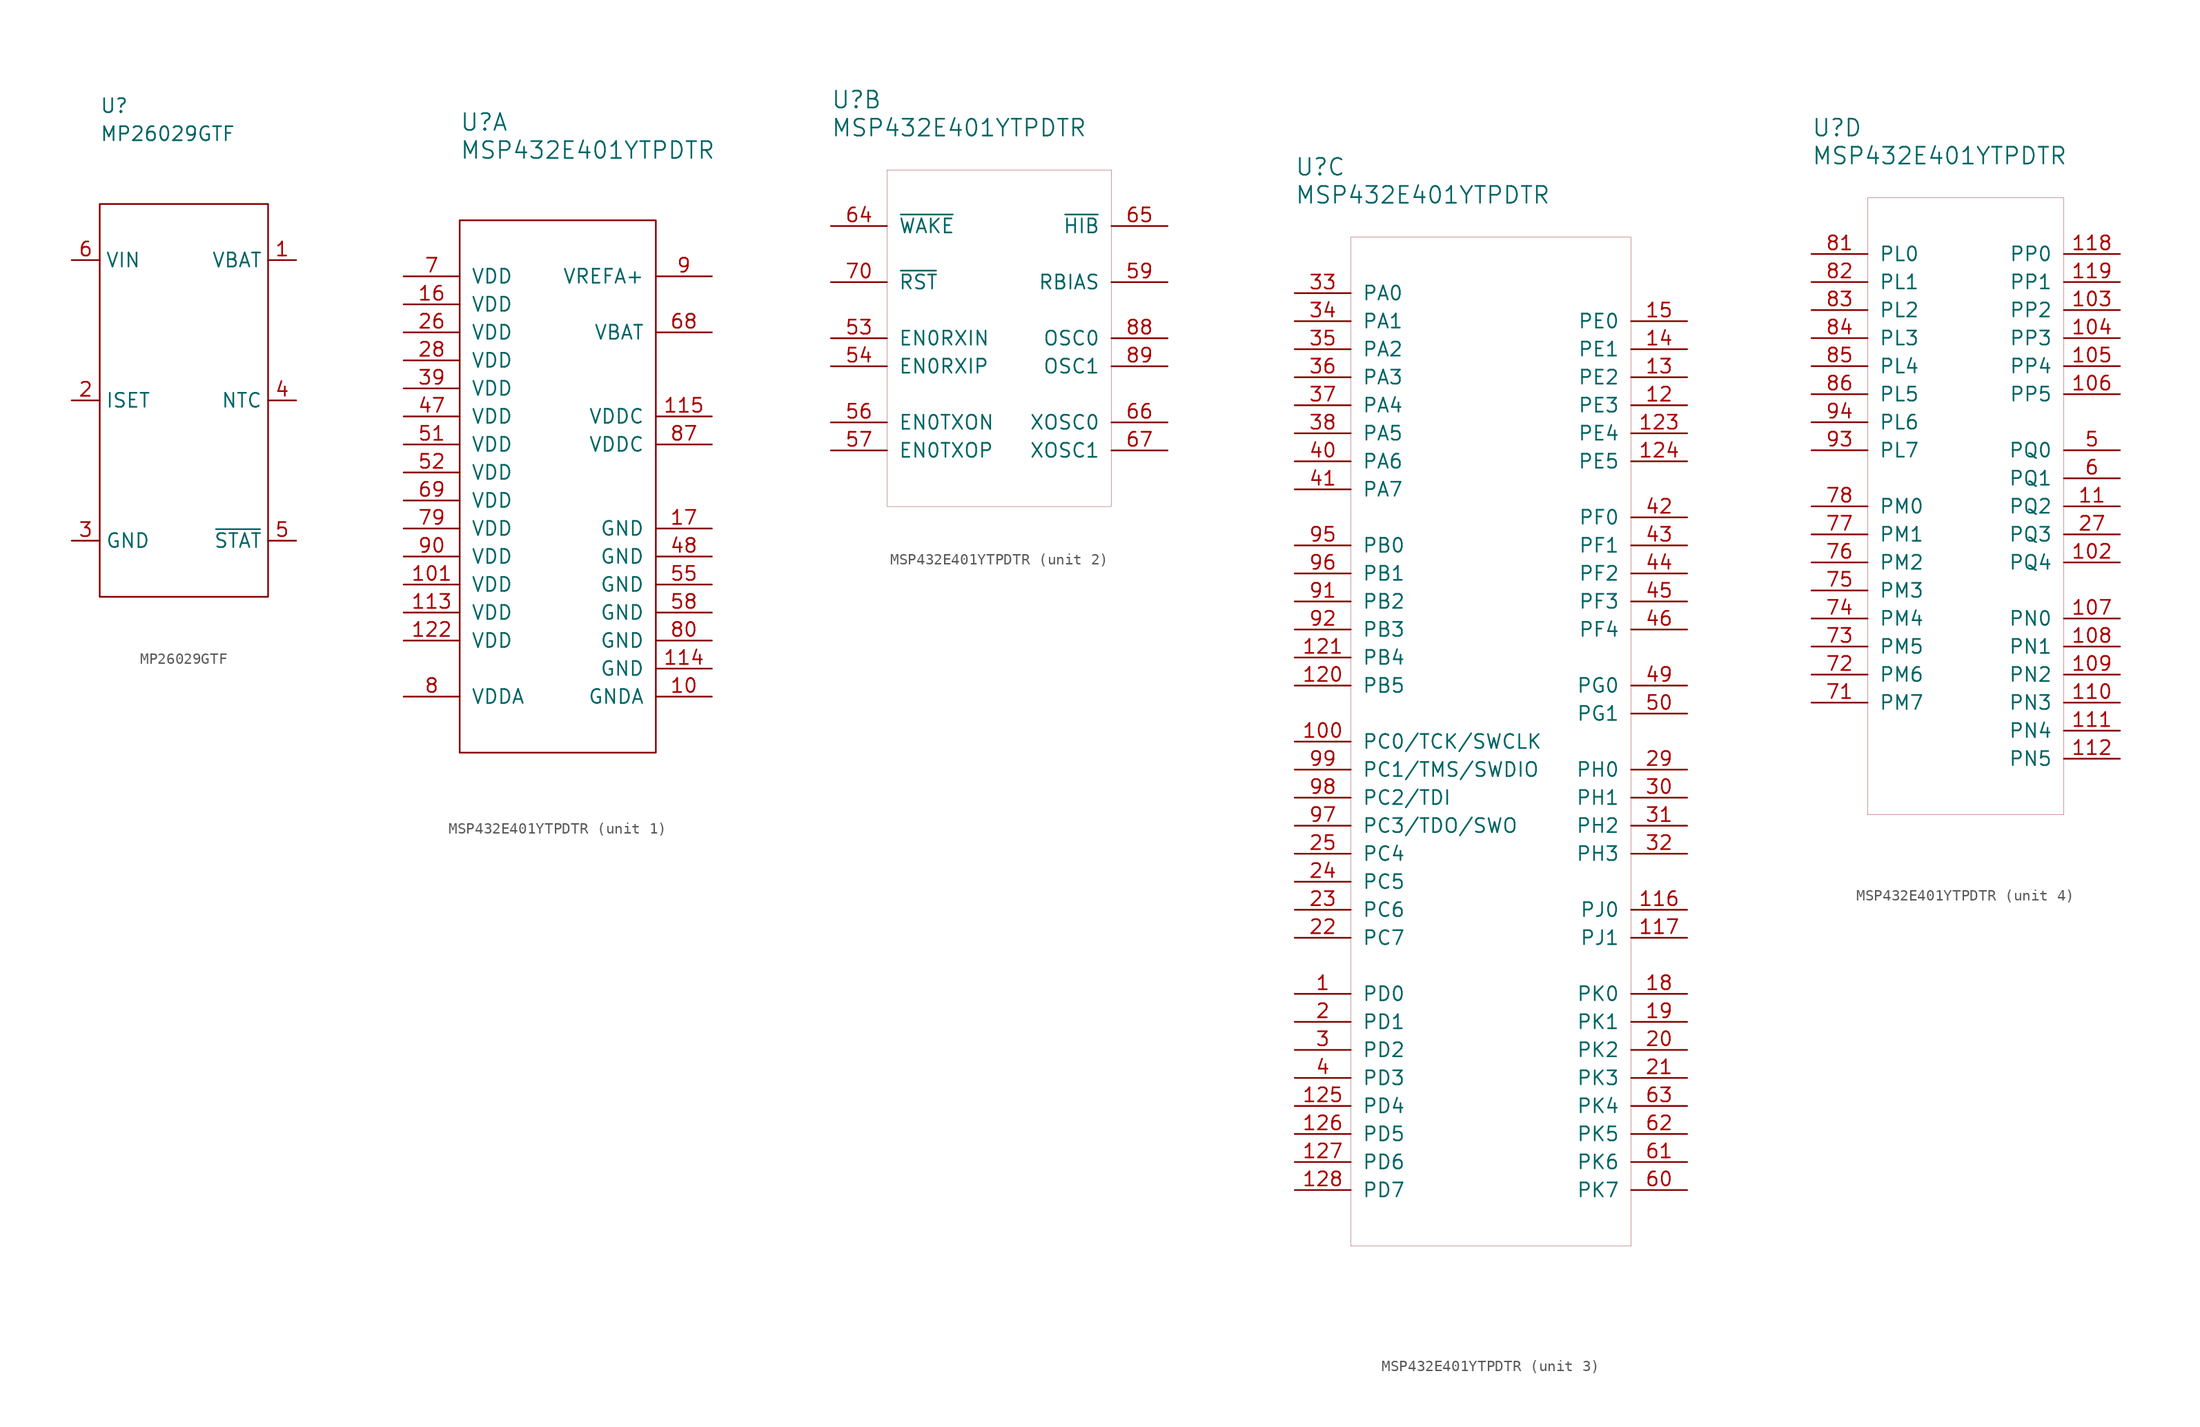
<source format=kicad_sym>
(kicad_symbol_lib
  (version 20211014)
  (generator kicad_symbol_editor)
  (symbol "MP26029GTF"
    (property "Reference" "U"
      (at 0 8.89 0)
      (effects (font (size 1.27 1.27)) (justify left)))
    (property "Value" "MP26029GTF"
      (at 0 6.35 0)
      (effects (font (size 1.27 1.27)) (justify left)))
    (symbol "MP26029GTF_0_1"
      (rectangle (start 0 0) (end 15.24 -35.56) (stroke (width 0.152) (type default) (color 0 0 0 0)) (fill (type none))))
    (symbol "MP26029GTF_1_1"
      (pin passive line (at 17.78 -5.08 180) (length 2.54) (name "VBAT" (effects (font (size 1.27 1.27)))) (number "1" (effects (font (size 1.27 1.27)))))
      (pin passive line (at -2.54 -17.78 0) (length 2.54) (name "ISET" (effects (font (size 1.27 1.27)))) (number "2" (effects (font (size 1.27 1.27)))))
      (pin passive line (at -2.54 -30.48 0) (length 2.54) (name "GND" (effects (font (size 1.27 1.27)))) (number "3" (effects (font (size 1.27 1.27)))))
      (pin passive line (at 17.78 -17.78 180) (length 2.54) (name "NTC" (effects (font (size 1.27 1.27)))) (number "4" (effects (font (size 1.27 1.27)))))
      (pin passive line (at 17.78 -30.48 180) (length 2.54) (name "~{STAT}" (effects (font (size 1.27 1.27)))) (number "5" (effects (font (size 1.27 1.27)))))
      (pin passive line (at -2.54 -5.08 0) (length 2.54) (name "VIN" (effects (font (size 1.27 1.27)))) (number "6" (effects (font (size 1.27 1.27)))))))
  (symbol "MSP432E401YTPDTR"
    (pin_names
      (offset 1.016))
    (property "Reference" "U"
      (at 0 8.89 0)
      (effects (font (size 1.524 1.524)) (justify left)))
    (property "Value" "MSP432E401YTPDTR"
      (at 0 6.35 0)
      (effects (font (size 1.524 1.524)) (justify left)))
    (property "ki_locked" ""
      (at 0 0 0)
      (effects (font (size 1.27 1.27))))
    (symbol "MSP432E401YTPDTR_1_1"
      (rectangle (start 0 0) (end 17.78 -48.26) (stroke (width 0.152) (type default) (color 0 0 0 0)) (fill (type none)))
      (pin passive line (at 22.86 -43.18 180) (length 5.08) (name "GNDA" (effects (font (size 1.27 1.27)))) (number "10" (effects (font (size 1.27 1.27)))))
      (pin passive line (at -5.08 -33.02 0) (length 5.08) (name "VDD" (effects (font (size 1.27 1.27)))) (number "101" (effects (font (size 1.27 1.27)))))
      (pin passive line (at -5.08 -35.56 0) (length 5.08) (name "VDD" (effects (font (size 1.27 1.27)))) (number "113" (effects (font (size 1.27 1.27)))))
      (pin passive line (at 22.86 -40.64 180) (length 5.08) (name "GND" (effects (font (size 1.27 1.27)))) (number "114" (effects (font (size 1.27 1.27)))))
      (pin passive line (at 22.86 -17.78 180) (length 5.08) (name "VDDC" (effects (font (size 1.27 1.27)))) (number "115" (effects (font (size 1.27 1.27)))))
      (pin passive line (at -5.08 -38.1 0) (length 5.08) (name "VDD" (effects (font (size 1.27 1.27)))) (number "122" (effects (font (size 1.27 1.27)))))
      (pin passive line (at -5.08 -7.62 0) (length 5.08) (name "VDD" (effects (font (size 1.27 1.27)))) (number "16" (effects (font (size 1.27 1.27)))))
      (pin passive line (at 22.86 -27.94 180) (length 5.08) (name "GND" (effects (font (size 1.27 1.27)))) (number "17" (effects (font (size 1.27 1.27)))))
      (pin passive line (at -5.08 -10.16 0) (length 5.08) (name "VDD" (effects (font (size 1.27 1.27)))) (number "26" (effects (font (size 1.27 1.27)))))
      (pin passive line (at -5.08 -12.7 0) (length 5.08) (name "VDD" (effects (font (size 1.27 1.27)))) (number "28" (effects (font (size 1.27 1.27)))))
      (pin passive line (at -5.08 -15.24 0) (length 5.08) (name "VDD" (effects (font (size 1.27 1.27)))) (number "39" (effects (font (size 1.27 1.27)))))
      (pin passive line (at -5.08 -17.78 0) (length 5.08) (name "VDD" (effects (font (size 1.27 1.27)))) (number "47" (effects (font (size 1.27 1.27)))))
      (pin passive line (at 22.86 -30.48 180) (length 5.08) (name "GND" (effects (font (size 1.27 1.27)))) (number "48" (effects (font (size 1.27 1.27)))))
      (pin passive line (at -5.08 -20.32 0) (length 5.08) (name "VDD" (effects (font (size 1.27 1.27)))) (number "51" (effects (font (size 1.27 1.27)))))
      (pin passive line (at -5.08 -22.86 0) (length 5.08) (name "VDD" (effects (font (size 1.27 1.27)))) (number "52" (effects (font (size 1.27 1.27)))))
      (pin passive line (at 22.86 -33.02 180) (length 5.08) (name "GND" (effects (font (size 1.27 1.27)))) (number "55" (effects (font (size 1.27 1.27)))))
      (pin passive line (at 22.86 -35.56 180) (length 5.08) (name "GND" (effects (font (size 1.27 1.27)))) (number "58" (effects (font (size 1.27 1.27)))))
      (pin passive line (at 22.86 -10.16 180) (length 5.08) (name "VBAT" (effects (font (size 1.27 1.27)))) (number "68" (effects (font (size 1.27 1.27)))))
      (pin passive line (at -5.08 -25.4 0) (length 5.08) (name "VDD" (effects (font (size 1.27 1.27)))) (number "69" (effects (font (size 1.27 1.27)))))
      (pin passive line (at -5.08 -5.08 0) (length 5.08) (name "VDD" (effects (font (size 1.27 1.27)))) (number "7" (effects (font (size 1.27 1.27)))))
      (pin passive line (at -5.08 -27.94 0) (length 5.08) (name "VDD" (effects (font (size 1.27 1.27)))) (number "79" (effects (font (size 1.27 1.27)))))
      (pin passive line (at -5.08 -43.18 0) (length 5.08) (name "VDDA" (effects (font (size 1.27 1.27)))) (number "8" (effects (font (size 1.27 1.27)))))
      (pin passive line (at 22.86 -38.1 180) (length 5.08) (name "GND" (effects (font (size 1.27 1.27)))) (number "80" (effects (font (size 1.27 1.27)))))
      (pin passive line (at 22.86 -20.32 180) (length 5.08) (name "VDDC" (effects (font (size 1.27 1.27)))) (number "87" (effects (font (size 1.27 1.27)))))
      (pin passive line (at 22.86 -5.08 180) (length 5.08) (name "VREFA+" (effects (font (size 1.27 1.27)))) (number "9" (effects (font (size 1.27 1.27)))))
      (pin passive line (at -5.08 -30.48 0) (length 5.08) (name "VDD" (effects (font (size 1.27 1.27)))) (number "90" (effects (font (size 1.27 1.27))))))
    (symbol "MSP432E401YTPDTR_2_1"
      (rectangle (start 5.08 2.54) (end 25.4 -27.94) (stroke (width 0.025) (type default) (color 0 0 0 0)) (fill (type none)))
      (pin passive line (at 0 -12.7 0) (length 5.08) (name "EN0RXIN" (effects (font (size 1.27 1.27)))) (number "53" (effects (font (size 1.27 1.27)))))
      (pin passive line (at 0 -15.24 0) (length 5.08) (name "EN0RXIP" (effects (font (size 1.27 1.27)))) (number "54" (effects (font (size 1.27 1.27)))))
      (pin passive line (at 0 -20.32 0) (length 5.08) (name "EN0TXON" (effects (font (size 1.27 1.27)))) (number "56" (effects (font (size 1.27 1.27)))))
      (pin passive line (at 0 -22.86 0) (length 5.08) (name "EN0TXOP" (effects (font (size 1.27 1.27)))) (number "57" (effects (font (size 1.27 1.27)))))
      (pin passive line (at 30.48 -7.62 180) (length 5.08) (name "RBIAS" (effects (font (size 1.27 1.27)))) (number "59" (effects (font (size 1.27 1.27)))))
      (pin passive line (at 0 -2.54 0) (length 5.08) (name "~{WAKE}" (effects (font (size 1.27 1.27)))) (number "64" (effects (font (size 1.27 1.27)))))
      (pin passive line (at 30.48 -2.54 180) (length 5.08) (name "~{HIB}" (effects (font (size 1.27 1.27)))) (number "65" (effects (font (size 1.27 1.27)))))
      (pin passive line (at 30.48 -20.32 180) (length 5.08) (name "XOSC0" (effects (font (size 1.27 1.27)))) (number "66" (effects (font (size 1.27 1.27)))))
      (pin passive line (at 30.48 -22.86 180) (length 5.08) (name "XOSC1" (effects (font (size 1.27 1.27)))) (number "67" (effects (font (size 1.27 1.27)))))
      (pin passive line (at 0 -7.62 0) (length 5.08) (name "~{RST}" (effects (font (size 1.27 1.27)))) (number "70" (effects (font (size 1.27 1.27)))))
      (pin passive line (at 30.48 -12.7 180) (length 5.08) (name "OSC0" (effects (font (size 1.27 1.27)))) (number "88" (effects (font (size 1.27 1.27)))))
      (pin passive line (at 30.48 -15.24 180) (length 5.08) (name "OSC1" (effects (font (size 1.27 1.27)))) (number "89" (effects (font (size 1.27 1.27))))))
    (symbol "MSP432E401YTPDTR_3_1"
      (rectangle (start 5.08 2.54) (end 30.48 -88.9) (stroke (width 0.025) (type default) (color 0 0 0 0)) (fill (type none)))
      (pin passive line (at 0 -66.04 0) (length 5.08) (name "PD0" (effects (font (size 1.27 1.27)))) (number "1" (effects (font (size 1.27 1.27)))))
      (pin passive line (at 0 -43.18 0) (length 5.08) (name "PC0/TCK/SWCLK" (effects (font (size 1.27 1.27)))) (number "100" (effects (font (size 1.27 1.27)))))
      (pin passive line (at 35.56 -58.42 180) (length 5.08) (name "PJ0" (effects (font (size 1.27 1.27)))) (number "116" (effects (font (size 1.27 1.27)))))
      (pin passive line (at 35.56 -60.96 180) (length 5.08) (name "PJ1" (effects (font (size 1.27 1.27)))) (number "117" (effects (font (size 1.27 1.27)))))
      (pin passive line (at 35.56 -12.7 180) (length 5.08) (name "PE3" (effects (font (size 1.27 1.27)))) (number "12" (effects (font (size 1.27 1.27)))))
      (pin passive line (at 0 -38.1 0) (length 5.08) (name "PB5" (effects (font (size 1.27 1.27)))) (number "120" (effects (font (size 1.27 1.27)))))
      (pin passive line (at 0 -35.56 0) (length 5.08) (name "PB4" (effects (font (size 1.27 1.27)))) (number "121" (effects (font (size 1.27 1.27)))))
      (pin passive line (at 35.56 -15.24 180) (length 5.08) (name "PE4" (effects (font (size 1.27 1.27)))) (number "123" (effects (font (size 1.27 1.27)))))
      (pin passive line (at 35.56 -17.78 180) (length 5.08) (name "PE5" (effects (font (size 1.27 1.27)))) (number "124" (effects (font (size 1.27 1.27)))))
      (pin passive line (at 0 -76.2 0) (length 5.08) (name "PD4" (effects (font (size 1.27 1.27)))) (number "125" (effects (font (size 1.27 1.27)))))
      (pin passive line (at 0 -78.74 0) (length 5.08) (name "PD5" (effects (font (size 1.27 1.27)))) (number "126" (effects (font (size 1.27 1.27)))))
      (pin passive line (at 0 -81.28 0) (length 5.08) (name "PD6" (effects (font (size 1.27 1.27)))) (number "127" (effects (font (size 1.27 1.27)))))
      (pin passive line (at 0 -83.82 0) (length 5.08) (name "PD7" (effects (font (size 1.27 1.27)))) (number "128" (effects (font (size 1.27 1.27)))))
      (pin passive line (at 35.56 -10.16 180) (length 5.08) (name "PE2" (effects (font (size 1.27 1.27)))) (number "13" (effects (font (size 1.27 1.27)))))
      (pin passive line (at 35.56 -7.62 180) (length 5.08) (name "PE1" (effects (font (size 1.27 1.27)))) (number "14" (effects (font (size 1.27 1.27)))))
      (pin passive line (at 35.56 -5.08 180) (length 5.08) (name "PE0" (effects (font (size 1.27 1.27)))) (number "15" (effects (font (size 1.27 1.27)))))
      (pin passive line (at 35.56 -66.04 180) (length 5.08) (name "PK0" (effects (font (size 1.27 1.27)))) (number "18" (effects (font (size 1.27 1.27)))))
      (pin passive line (at 35.56 -68.58 180) (length 5.08) (name "PK1" (effects (font (size 1.27 1.27)))) (number "19" (effects (font (size 1.27 1.27)))))
      (pin passive line (at 0 -68.58 0) (length 5.08) (name "PD1" (effects (font (size 1.27 1.27)))) (number "2" (effects (font (size 1.27 1.27)))))
      (pin passive line (at 35.56 -71.12 180) (length 5.08) (name "PK2" (effects (font (size 1.27 1.27)))) (number "20" (effects (font (size 1.27 1.27)))))
      (pin passive line (at 35.56 -73.66 180) (length 5.08) (name "PK3" (effects (font (size 1.27 1.27)))) (number "21" (effects (font (size 1.27 1.27)))))
      (pin passive line (at 0 -60.96 0) (length 5.08) (name "PC7" (effects (font (size 1.27 1.27)))) (number "22" (effects (font (size 1.27 1.27)))))
      (pin passive line (at 0 -58.42 0) (length 5.08) (name "PC6" (effects (font (size 1.27 1.27)))) (number "23" (effects (font (size 1.27 1.27)))))
      (pin passive line (at 0 -55.88 0) (length 5.08) (name "PC5" (effects (font (size 1.27 1.27)))) (number "24" (effects (font (size 1.27 1.27)))))
      (pin passive line (at 0 -53.34 0) (length 5.08) (name "PC4" (effects (font (size 1.27 1.27)))) (number "25" (effects (font (size 1.27 1.27)))))
      (pin passive line (at 35.56 -45.72 180) (length 5.08) (name "PH0" (effects (font (size 1.27 1.27)))) (number "29" (effects (font (size 1.27 1.27)))))
      (pin passive line (at 0 -71.12 0) (length 5.08) (name "PD2" (effects (font (size 1.27 1.27)))) (number "3" (effects (font (size 1.27 1.27)))))
      (pin passive line (at 35.56 -48.26 180) (length 5.08) (name "PH1" (effects (font (size 1.27 1.27)))) (number "30" (effects (font (size 1.27 1.27)))))
      (pin passive line (at 35.56 -50.8 180) (length 5.08) (name "PH2" (effects (font (size 1.27 1.27)))) (number "31" (effects (font (size 1.27 1.27)))))
      (pin passive line (at 35.56 -53.34 180) (length 5.08) (name "PH3" (effects (font (size 1.27 1.27)))) (number "32" (effects (font (size 1.27 1.27)))))
      (pin passive line (at 0 -2.54 0) (length 5.08) (name "PA0" (effects (font (size 1.27 1.27)))) (number "33" (effects (font (size 1.27 1.27)))))
      (pin passive line (at 0 -5.08 0) (length 5.08) (name "PA1" (effects (font (size 1.27 1.27)))) (number "34" (effects (font (size 1.27 1.27)))))
      (pin passive line (at 0 -7.62 0) (length 5.08) (name "PA2" (effects (font (size 1.27 1.27)))) (number "35" (effects (font (size 1.27 1.27)))))
      (pin passive line (at 0 -10.16 0) (length 5.08) (name "PA3" (effects (font (size 1.27 1.27)))) (number "36" (effects (font (size 1.27 1.27)))))
      (pin passive line (at 0 -12.7 0) (length 5.08) (name "PA4" (effects (font (size 1.27 1.27)))) (number "37" (effects (font (size 1.27 1.27)))))
      (pin passive line (at 0 -15.24 0) (length 5.08) (name "PA5" (effects (font (size 1.27 1.27)))) (number "38" (effects (font (size 1.27 1.27)))))
      (pin passive line (at 0 -73.66 0) (length 5.08) (name "PD3" (effects (font (size 1.27 1.27)))) (number "4" (effects (font (size 1.27 1.27)))))
      (pin passive line (at 0 -17.78 0) (length 5.08) (name "PA6" (effects (font (size 1.27 1.27)))) (number "40" (effects (font (size 1.27 1.27)))))
      (pin passive line (at 0 -20.32 0) (length 5.08) (name "PA7" (effects (font (size 1.27 1.27)))) (number "41" (effects (font (size 1.27 1.27)))))
      (pin passive line (at 35.56 -22.86 180) (length 5.08) (name "PF0" (effects (font (size 1.27 1.27)))) (number "42" (effects (font (size 1.27 1.27)))))
      (pin passive line (at 35.56 -25.4 180) (length 5.08) (name "PF1" (effects (font (size 1.27 1.27)))) (number "43" (effects (font (size 1.27 1.27)))))
      (pin passive line (at 35.56 -27.94 180) (length 5.08) (name "PF2" (effects (font (size 1.27 1.27)))) (number "44" (effects (font (size 1.27 1.27)))))
      (pin passive line (at 35.56 -30.48 180) (length 5.08) (name "PF3" (effects (font (size 1.27 1.27)))) (number "45" (effects (font (size 1.27 1.27)))))
      (pin passive line (at 35.56 -33.02 180) (length 5.08) (name "PF4" (effects (font (size 1.27 1.27)))) (number "46" (effects (font (size 1.27 1.27)))))
      (pin passive line (at 35.56 -38.1 180) (length 5.08) (name "PG0" (effects (font (size 1.27 1.27)))) (number "49" (effects (font (size 1.27 1.27)))))
      (pin passive line (at 35.56 -40.64 180) (length 5.08) (name "PG1" (effects (font (size 1.27 1.27)))) (number "50" (effects (font (size 1.27 1.27)))))
      (pin passive line (at 35.56 -83.82 180) (length 5.08) (name "PK7" (effects (font (size 1.27 1.27)))) (number "60" (effects (font (size 1.27 1.27)))))
      (pin passive line (at 35.56 -81.28 180) (length 5.08) (name "PK6" (effects (font (size 1.27 1.27)))) (number "61" (effects (font (size 1.27 1.27)))))
      (pin passive line (at 35.56 -78.74 180) (length 5.08) (name "PK5" (effects (font (size 1.27 1.27)))) (number "62" (effects (font (size 1.27 1.27)))))
      (pin passive line (at 35.56 -76.2 180) (length 5.08) (name "PK4" (effects (font (size 1.27 1.27)))) (number "63" (effects (font (size 1.27 1.27)))))
      (pin passive line (at 0 -30.48 0) (length 5.08) (name "PB2" (effects (font (size 1.27 1.27)))) (number "91" (effects (font (size 1.27 1.27)))))
      (pin passive line (at 0 -33.02 0) (length 5.08) (name "PB3" (effects (font (size 1.27 1.27)))) (number "92" (effects (font (size 1.27 1.27)))))
      (pin passive line (at 0 -25.4 0) (length 5.08) (name "PB0" (effects (font (size 1.27 1.27)))) (number "95" (effects (font (size 1.27 1.27)))))
      (pin passive line (at 0 -27.94 0) (length 5.08) (name "PB1" (effects (font (size 1.27 1.27)))) (number "96" (effects (font (size 1.27 1.27)))))
      (pin passive line (at 0 -50.8 0) (length 5.08) (name "PC3/TDO/SWO" (effects (font (size 1.27 1.27)))) (number "97" (effects (font (size 1.27 1.27)))))
      (pin passive line (at 0 -48.26 0) (length 5.08) (name "PC2/TDI" (effects (font (size 1.27 1.27)))) (number "98" (effects (font (size 1.27 1.27)))))
      (pin passive line (at 0 -45.72 0) (length 5.08) (name "PC1/TMS/SWDIO" (effects (font (size 1.27 1.27)))) (number "99" (effects (font (size 1.27 1.27))))))
    (symbol "MSP432E401YTPDTR_4_1"
      (rectangle (start 5.08 2.54) (end 22.86 -53.34) (stroke (width 0.025) (type default) (color 0 0 0 0)) (fill (type none)))
      (pin passive line (at 27.94 -30.48 180) (length 5.08) (name "PQ4" (effects (font (size 1.27 1.27)))) (number "102" (effects (font (size 1.27 1.27)))))
      (pin passive line (at 27.94 -7.62 180) (length 5.08) (name "PP2" (effects (font (size 1.27 1.27)))) (number "103" (effects (font (size 1.27 1.27)))))
      (pin passive line (at 27.94 -10.16 180) (length 5.08) (name "PP3" (effects (font (size 1.27 1.27)))) (number "104" (effects (font (size 1.27 1.27)))))
      (pin passive line (at 27.94 -12.7 180) (length 5.08) (name "PP4" (effects (font (size 1.27 1.27)))) (number "105" (effects (font (size 1.27 1.27)))))
      (pin passive line (at 27.94 -15.24 180) (length 5.08) (name "PP5" (effects (font (size 1.27 1.27)))) (number "106" (effects (font (size 1.27 1.27)))))
      (pin passive line (at 27.94 -35.56 180) (length 5.08) (name "PN0" (effects (font (size 1.27 1.27)))) (number "107" (effects (font (size 1.27 1.27)))))
      (pin passive line (at 27.94 -38.1 180) (length 5.08) (name "PN1" (effects (font (size 1.27 1.27)))) (number "108" (effects (font (size 1.27 1.27)))))
      (pin passive line (at 27.94 -40.64 180) (length 5.08) (name "PN2" (effects (font (size 1.27 1.27)))) (number "109" (effects (font (size 1.27 1.27)))))
      (pin passive line (at 27.94 -25.4 180) (length 5.08) (name "PQ2" (effects (font (size 1.27 1.27)))) (number "11" (effects (font (size 1.27 1.27)))))
      (pin passive line (at 27.94 -43.18 180) (length 5.08) (name "PN3" (effects (font (size 1.27 1.27)))) (number "110" (effects (font (size 1.27 1.27)))))
      (pin passive line (at 27.94 -45.72 180) (length 5.08) (name "PN4" (effects (font (size 1.27 1.27)))) (number "111" (effects (font (size 1.27 1.27)))))
      (pin passive line (at 27.94 -48.26 180) (length 5.08) (name "PN5" (effects (font (size 1.27 1.27)))) (number "112" (effects (font (size 1.27 1.27)))))
      (pin passive line (at 27.94 -2.54 180) (length 5.08) (name "PP0" (effects (font (size 1.27 1.27)))) (number "118" (effects (font (size 1.27 1.27)))))
      (pin passive line (at 27.94 -5.08 180) (length 5.08) (name "PP1" (effects (font (size 1.27 1.27)))) (number "119" (effects (font (size 1.27 1.27)))))
      (pin passive line (at 27.94 -27.94 180) (length 5.08) (name "PQ3" (effects (font (size 1.27 1.27)))) (number "27" (effects (font (size 1.27 1.27)))))
      (pin passive line (at 27.94 -20.32 180) (length 5.08) (name "PQ0" (effects (font (size 1.27 1.27)))) (number "5" (effects (font (size 1.27 1.27)))))
      (pin passive line (at 27.94 -22.86 180) (length 5.08) (name "PQ1" (effects (font (size 1.27 1.27)))) (number "6" (effects (font (size 1.27 1.27)))))
      (pin passive line (at 0 -43.18 0) (length 5.08) (name "PM7" (effects (font (size 1.27 1.27)))) (number "71" (effects (font (size 1.27 1.27)))))
      (pin passive line (at 0 -40.64 0) (length 5.08) (name "PM6" (effects (font (size 1.27 1.27)))) (number "72" (effects (font (size 1.27 1.27)))))
      (pin passive line (at 0 -38.1 0) (length 5.08) (name "PM5" (effects (font (size 1.27 1.27)))) (number "73" (effects (font (size 1.27 1.27)))))
      (pin passive line (at 0 -35.56 0) (length 5.08) (name "PM4" (effects (font (size 1.27 1.27)))) (number "74" (effects (font (size 1.27 1.27)))))
      (pin passive line (at 0 -33.02 0) (length 5.08) (name "PM3" (effects (font (size 1.27 1.27)))) (number "75" (effects (font (size 1.27 1.27)))))
      (pin passive line (at 0 -30.48 0) (length 5.08) (name "PM2" (effects (font (size 1.27 1.27)))) (number "76" (effects (font (size 1.27 1.27)))))
      (pin passive line (at 0 -27.94 0) (length 5.08) (name "PM1" (effects (font (size 1.27 1.27)))) (number "77" (effects (font (size 1.27 1.27)))))
      (pin passive line (at 0 -25.4 0) (length 5.08) (name "PM0" (effects (font (size 1.27 1.27)))) (number "78" (effects (font (size 1.27 1.27)))))
      (pin passive line (at 0 -2.54 0) (length 5.08) (name "PL0" (effects (font (size 1.27 1.27)))) (number "81" (effects (font (size 1.27 1.27)))))
      (pin passive line (at 0 -5.08 0) (length 5.08) (name "PL1" (effects (font (size 1.27 1.27)))) (number "82" (effects (font (size 1.27 1.27)))))
      (pin passive line (at 0 -7.62 0) (length 5.08) (name "PL2" (effects (font (size 1.27 1.27)))) (number "83" (effects (font (size 1.27 1.27)))))
      (pin passive line (at 0 -10.16 0) (length 5.08) (name "PL3" (effects (font (size 1.27 1.27)))) (number "84" (effects (font (size 1.27 1.27)))))
      (pin passive line (at 0 -12.7 0) (length 5.08) (name "PL4" (effects (font (size 1.27 1.27)))) (number "85" (effects (font (size 1.27 1.27)))))
      (pin passive line (at 0 -15.24 0) (length 5.08) (name "PL5" (effects (font (size 1.27 1.27)))) (number "86" (effects (font (size 1.27 1.27)))))
      (pin passive line (at 0 -20.32 0) (length 5.08) (name "PL7" (effects (font (size 1.27 1.27)))) (number "93" (effects (font (size 1.27 1.27)))))
      (pin passive line (at 0 -17.78 0) (length 5.08) (name "PL6" (effects (font (size 1.27 1.27)))) (number "94" (effects (font (size 1.27 1.27))))))))
</source>
